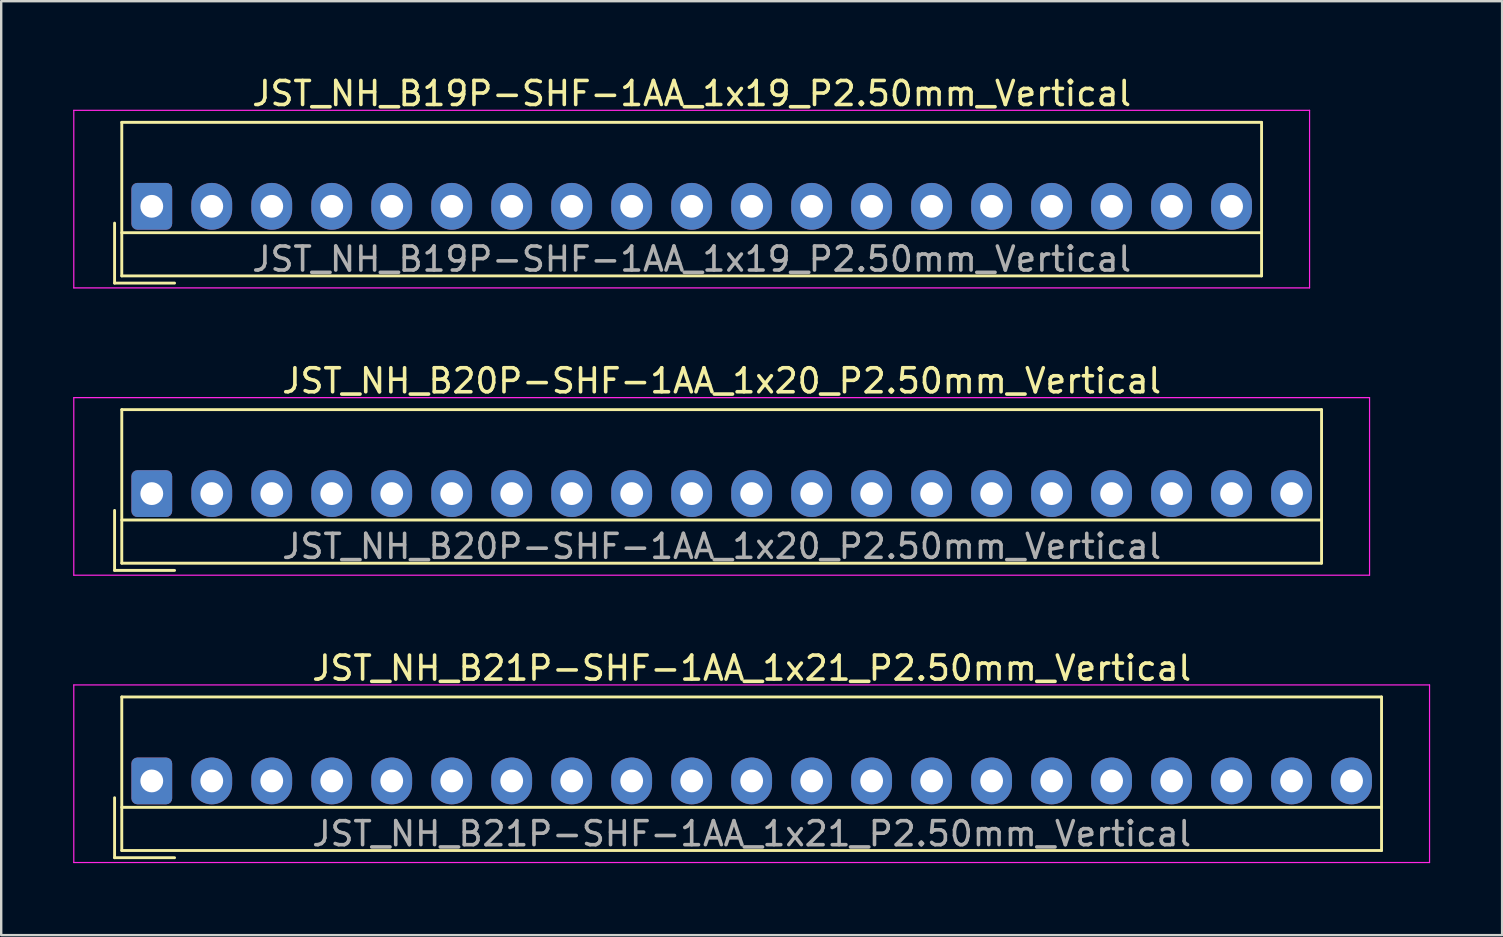
<source format=kicad_pcb>
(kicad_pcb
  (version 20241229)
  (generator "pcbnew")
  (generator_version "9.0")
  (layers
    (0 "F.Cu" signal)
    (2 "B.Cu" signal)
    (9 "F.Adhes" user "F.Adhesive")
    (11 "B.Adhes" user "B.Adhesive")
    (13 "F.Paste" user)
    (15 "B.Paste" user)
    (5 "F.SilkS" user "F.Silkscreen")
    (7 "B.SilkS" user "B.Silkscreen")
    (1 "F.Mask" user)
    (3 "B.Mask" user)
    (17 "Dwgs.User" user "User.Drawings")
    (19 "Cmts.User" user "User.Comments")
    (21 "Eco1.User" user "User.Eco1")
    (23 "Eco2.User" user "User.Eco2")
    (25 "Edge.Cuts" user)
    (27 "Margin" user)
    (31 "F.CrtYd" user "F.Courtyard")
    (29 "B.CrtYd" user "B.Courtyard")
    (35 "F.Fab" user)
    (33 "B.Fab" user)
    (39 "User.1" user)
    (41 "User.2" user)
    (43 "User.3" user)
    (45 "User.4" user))
  (footprint "JST_NH_B20P-SHF-1AA_1x20_P2.50mm_Vertical"
    (layer "F.Cu")
    (at 3.275 17.521)
    (property "Reference" "JST_NH_B20P-SHF-1AA_1x20_P2.50mm_Vertical" (at 23.75 -4.7 0) (layer "F.SilkS") (effects (font (size 1 1) (thickness 0.15))))
    (attr through_hole)
    (fp_line (start -1.55 0.7) (end -1.55 3.2) (stroke (width 0.12) (type solid)) (layer "F.SilkS"))
    (fp_line (start -1.55 3.2) (end 0.95 3.2) (stroke (width 0.12) (type solid)) (layer "F.SilkS"))
    (fp_line (start -1.25 -3.5) (end -1.25 2.9) (stroke (width 0.12) (type solid)) (layer "F.SilkS"))
    (fp_line (start -1.25 1.1) (end 48.75 1.1) (stroke (width 0.12) (type solid)) (layer "F.SilkS"))
    (fp_line (start -1.25 2.9) (end 48.75 2.9) (stroke (width 0.12) (type solid)) (layer "F.SilkS"))
    (fp_line (start 48.75 -3.5) (end -1.25 -3.5) (stroke (width 0.12) (type solid)) (layer "F.SilkS"))
    (fp_line (start 48.75 2.9) (end 48.75 -3.5) (stroke (width 0.12) (type solid)) (layer "F.SilkS"))
    (fp_line (start -3.25 -4) (end -3.25 3.4) (stroke (width 0.05) (type solid)) (layer "F.CrtYd"))
    (fp_line (start -3.25 3.4) (end 50.75 3.4) (stroke (width 0.05) (type solid)) (layer "F.CrtYd"))
    (fp_line (start 50.75 -4) (end -3.25 -4) (stroke (width 0.05) (type solid)) (layer "F.CrtYd"))
    (fp_line (start 50.75 3.4) (end 50.75 -4) (stroke (width 0.05) (type solid)) (layer "F.CrtYd"))
    (fp_text user "${REFERENCE}" (at 23.75 2.2 0) (layer "F.Fab") (effects (font (size 1 1) (thickness 0.15))))
    (pad "1" thru_hole roundrect (at 0 0) (size 1.7 1.95) (drill 0.95) (layers "*.Cu" "*.Mask") (roundrect_rratio 0.147))
    (pad "2" thru_hole oval (at 2.5 0) (size 1.7 1.95) (drill 0.95) (layers "*.Cu" "*.Mask"))
    (pad "3" thru_hole oval (at 5 0) (size 1.7 1.95) (drill 0.95) (layers "*.Cu" "*.Mask"))
    (pad "4" thru_hole oval (at 7.5 0) (size 1.7 1.95) (drill 0.95) (layers "*.Cu" "*.Mask"))
    (pad "5" thru_hole oval (at 10 0) (size 1.7 1.95) (drill 0.95) (layers "*.Cu" "*.Mask"))
    (pad "6" thru_hole oval (at 12.5 0) (size 1.7 1.95) (drill 0.95) (layers "*.Cu" "*.Mask"))
    (pad "7" thru_hole oval (at 15 0) (size 1.7 1.95) (drill 0.95) (layers "*.Cu" "*.Mask"))
    (pad "8" thru_hole oval (at 17.5 0) (size 1.7 1.95) (drill 0.95) (layers "*.Cu" "*.Mask"))
    (pad "9" thru_hole oval (at 20 0) (size 1.7 1.95) (drill 0.95) (layers "*.Cu" "*.Mask"))
    (pad "10" thru_hole oval (at 22.5 0) (size 1.7 1.95) (drill 0.95) (layers "*.Cu" "*.Mask"))
    (pad "11" thru_hole oval (at 25 0) (size 1.7 1.95) (drill 0.95) (layers "*.Cu" "*.Mask"))
    (pad "12" thru_hole oval (at 27.5 0) (size 1.7 1.95) (drill 0.95) (layers "*.Cu" "*.Mask"))
    (pad "13" thru_hole oval (at 30 0) (size 1.7 1.95) (drill 0.95) (layers "*.Cu" "*.Mask"))
    (pad "14" thru_hole oval (at 32.5 0) (size 1.7 1.95) (drill 0.95) (layers "*.Cu" "*.Mask"))
    (pad "15" thru_hole oval (at 35 0) (size 1.7 1.95) (drill 0.95) (layers "*.Cu" "*.Mask"))
    (pad "16" thru_hole oval (at 37.5 0) (size 1.7 1.95) (drill 0.95) (layers "*.Cu" "*.Mask"))
    (pad "17" thru_hole oval (at 40 0) (size 1.7 1.95) (drill 0.95) (layers "*.Cu" "*.Mask"))
    (pad "18" thru_hole oval (at 42.5 0) (size 1.7 1.95) (drill 0.95) (layers "*.Cu" "*.Mask"))
    (pad "19" thru_hole oval (at 45 0) (size 1.7 1.95) (drill 0.95) (layers "*.Cu" "*.Mask"))
    (pad "20" thru_hole oval (at 47.5 0) (size 1.7 1.95) (drill 0.95) (layers "*.Cu" "*.Mask")))
  (footprint "JST_NH_B19P-SHF-1AA_1x19_P2.50mm_Vertical"
    (layer "F.Cu")
    (at 3.275 5.548)
    (property "Reference" "JST_NH_B19P-SHF-1AA_1x19_P2.50mm_Vertical" (at 22.5 -4.7 0) (layer "F.SilkS") (effects (font (size 1 1) (thickness 0.15))))
    (attr through_hole)
    (fp_line (start -1.55 0.7) (end -1.55 3.2) (stroke (width 0.12) (type solid)) (layer "F.SilkS"))
    (fp_line (start -1.55 3.2) (end 0.95 3.2) (stroke (width 0.12) (type solid)) (layer "F.SilkS"))
    (fp_line (start -1.25 -3.5) (end -1.25 2.9) (stroke (width 0.12) (type solid)) (layer "F.SilkS"))
    (fp_line (start -1.25 1.1) (end 46.25 1.1) (stroke (width 0.12) (type solid)) (layer "F.SilkS"))
    (fp_line (start -1.25 2.9) (end 46.25 2.9) (stroke (width 0.12) (type solid)) (layer "F.SilkS"))
    (fp_line (start 46.25 -3.5) (end -1.25 -3.5) (stroke (width 0.12) (type solid)) (layer "F.SilkS"))
    (fp_line (start 46.25 2.9) (end 46.25 -3.5) (stroke (width 0.12) (type solid)) (layer "F.SilkS"))
    (fp_line (start -3.25 -4) (end -3.25 3.4) (stroke (width 0.05) (type solid)) (layer "F.CrtYd"))
    (fp_line (start -3.25 3.4) (end 48.25 3.4) (stroke (width 0.05) (type solid)) (layer "F.CrtYd"))
    (fp_line (start 48.25 -4) (end -3.25 -4) (stroke (width 0.05) (type solid)) (layer "F.CrtYd"))
    (fp_line (start 48.25 3.4) (end 48.25 -4) (stroke (width 0.05) (type solid)) (layer "F.CrtYd"))
    (fp_text user "${REFERENCE}" (at 22.5 2.2 0) (layer "F.Fab") (effects (font (size 1 1) (thickness 0.15))))
    (pad "1" thru_hole roundrect (at 0 0) (size 1.7 1.95) (drill 0.95) (layers "*.Cu" "*.Mask") (roundrect_rratio 0.147))
    (pad "2" thru_hole oval (at 2.5 0) (size 1.7 1.95) (drill 0.95) (layers "*.Cu" "*.Mask"))
    (pad "3" thru_hole oval (at 5 0) (size 1.7 1.95) (drill 0.95) (layers "*.Cu" "*.Mask"))
    (pad "4" thru_hole oval (at 7.5 0) (size 1.7 1.95) (drill 0.95) (layers "*.Cu" "*.Mask"))
    (pad "5" thru_hole oval (at 10 0) (size 1.7 1.95) (drill 0.95) (layers "*.Cu" "*.Mask"))
    (pad "6" thru_hole oval (at 12.5 0) (size 1.7 1.95) (drill 0.95) (layers "*.Cu" "*.Mask"))
    (pad "7" thru_hole oval (at 15 0) (size 1.7 1.95) (drill 0.95) (layers "*.Cu" "*.Mask"))
    (pad "8" thru_hole oval (at 17.5 0) (size 1.7 1.95) (drill 0.95) (layers "*.Cu" "*.Mask"))
    (pad "9" thru_hole oval (at 20 0) (size 1.7 1.95) (drill 0.95) (layers "*.Cu" "*.Mask"))
    (pad "10" thru_hole oval (at 22.5 0) (size 1.7 1.95) (drill 0.95) (layers "*.Cu" "*.Mask"))
    (pad "11" thru_hole oval (at 25 0) (size 1.7 1.95) (drill 0.95) (layers "*.Cu" "*.Mask"))
    (pad "12" thru_hole oval (at 27.5 0) (size 1.7 1.95) (drill 0.95) (layers "*.Cu" "*.Mask"))
    (pad "13" thru_hole oval (at 30 0) (size 1.7 1.95) (drill 0.95) (layers "*.Cu" "*.Mask"))
    (pad "14" thru_hole oval (at 32.5 0) (size 1.7 1.95) (drill 0.95) (layers "*.Cu" "*.Mask"))
    (pad "15" thru_hole oval (at 35 0) (size 1.7 1.95) (drill 0.95) (layers "*.Cu" "*.Mask"))
    (pad "16" thru_hole oval (at 37.5 0) (size 1.7 1.95) (drill 0.95) (layers "*.Cu" "*.Mask"))
    (pad "17" thru_hole oval (at 40 0) (size 1.7 1.95) (drill 0.95) (layers "*.Cu" "*.Mask"))
    (pad "18" thru_hole oval (at 42.5 0) (size 1.7 1.95) (drill 0.95) (layers "*.Cu" "*.Mask"))
    (pad "19" thru_hole oval (at 45 0) (size 1.7 1.95) (drill 0.95) (layers "*.Cu" "*.Mask")))
  (footprint "JST_NH_B21P-SHF-1AA_1x21_P2.50mm_Vertical"
    (layer "F.Cu")
    (at 3.275 29.495)
    (property "Reference" "JST_NH_B21P-SHF-1AA_1x21_P2.50mm_Vertical" (at 25 -4.7 0) (layer "F.SilkS") (effects (font (size 1 1) (thickness 0.15))))
    (attr through_hole)
    (fp_line (start -1.55 0.7) (end -1.55 3.2) (stroke (width 0.12) (type solid)) (layer "F.SilkS"))
    (fp_line (start -1.55 3.2) (end 0.95 3.2) (stroke (width 0.12) (type solid)) (layer "F.SilkS"))
    (fp_line (start -1.25 -3.5) (end -1.25 2.9) (stroke (width 0.12) (type solid)) (layer "F.SilkS"))
    (fp_line (start -1.25 1.1) (end 51.25 1.1) (stroke (width 0.12) (type solid)) (layer "F.SilkS"))
    (fp_line (start -1.25 2.9) (end 51.25 2.9) (stroke (width 0.12) (type solid)) (layer "F.SilkS"))
    (fp_line (start 51.25 -3.5) (end -1.25 -3.5) (stroke (width 0.12) (type solid)) (layer "F.SilkS"))
    (fp_line (start 51.25 2.9) (end 51.25 -3.5) (stroke (width 0.12) (type solid)) (layer "F.SilkS"))
    (fp_line (start -3.25 -4) (end -3.25 3.4) (stroke (width 0.05) (type solid)) (layer "F.CrtYd"))
    (fp_line (start -3.25 3.4) (end 53.25 3.4) (stroke (width 0.05) (type solid)) (layer "F.CrtYd"))
    (fp_line (start 53.25 -4) (end -3.25 -4) (stroke (width 0.05) (type solid)) (layer "F.CrtYd"))
    (fp_line (start 53.25 3.4) (end 53.25 -4) (stroke (width 0.05) (type solid)) (layer "F.CrtYd"))
    (fp_text user "${REFERENCE}" (at 25 2.2 0) (layer "F.Fab") (effects (font (size 1 1) (thickness 0.15))))
    (pad "1" thru_hole roundrect (at 0 0) (size 1.7 1.95) (drill 0.95) (layers "*.Cu" "*.Mask") (roundrect_rratio 0.147))
    (pad "2" thru_hole oval (at 2.5 0) (size 1.7 1.95) (drill 0.95) (layers "*.Cu" "*.Mask"))
    (pad "3" thru_hole oval (at 5 0) (size 1.7 1.95) (drill 0.95) (layers "*.Cu" "*.Mask"))
    (pad "4" thru_hole oval (at 7.5 0) (size 1.7 1.95) (drill 0.95) (layers "*.Cu" "*.Mask"))
    (pad "5" thru_hole oval (at 10 0) (size 1.7 1.95) (drill 0.95) (layers "*.Cu" "*.Mask"))
    (pad "6" thru_hole oval (at 12.5 0) (size 1.7 1.95) (drill 0.95) (layers "*.Cu" "*.Mask"))
    (pad "7" thru_hole oval (at 15 0) (size 1.7 1.95) (drill 0.95) (layers "*.Cu" "*.Mask"))
    (pad "8" thru_hole oval (at 17.5 0) (size 1.7 1.95) (drill 0.95) (layers "*.Cu" "*.Mask"))
    (pad "9" thru_hole oval (at 20 0) (size 1.7 1.95) (drill 0.95) (layers "*.Cu" "*.Mask"))
    (pad "10" thru_hole oval (at 22.5 0) (size 1.7 1.95) (drill 0.95) (layers "*.Cu" "*.Mask"))
    (pad "11" thru_hole oval (at 25 0) (size 1.7 1.95) (drill 0.95) (layers "*.Cu" "*.Mask"))
    (pad "12" thru_hole oval (at 27.5 0) (size 1.7 1.95) (drill 0.95) (layers "*.Cu" "*.Mask"))
    (pad "13" thru_hole oval (at 30 0) (size 1.7 1.95) (drill 0.95) (layers "*.Cu" "*.Mask"))
    (pad "14" thru_hole oval (at 32.5 0) (size 1.7 1.95) (drill 0.95) (layers "*.Cu" "*.Mask"))
    (pad "15" thru_hole oval (at 35 0) (size 1.7 1.95) (drill 0.95) (layers "*.Cu" "*.Mask"))
    (pad "16" thru_hole oval (at 37.5 0) (size 1.7 1.95) (drill 0.95) (layers "*.Cu" "*.Mask"))
    (pad "17" thru_hole oval (at 40 0) (size 1.7 1.95) (drill 0.95) (layers "*.Cu" "*.Mask"))
    (pad "18" thru_hole oval (at 42.5 0) (size 1.7 1.95) (drill 0.95) (layers "*.Cu" "*.Mask"))
    (pad "19" thru_hole oval (at 45 0) (size 1.7 1.95) (drill 0.95) (layers "*.Cu" "*.Mask"))
    (pad "20" thru_hole oval (at 47.5 0) (size 1.7 1.95) (drill 0.95) (layers "*.Cu" "*.Mask"))
    (pad "21" thru_hole oval (at 50 0) (size 1.7 1.95) (drill 0.95) (layers "*.Cu" "*.Mask")))
  (gr_rect
    (start -3 -3)
    (end 59.55 35.92)
    (stroke (width 0.1) (type default))
    (fill no)
    (layer "Edge.Cuts")))
</source>
